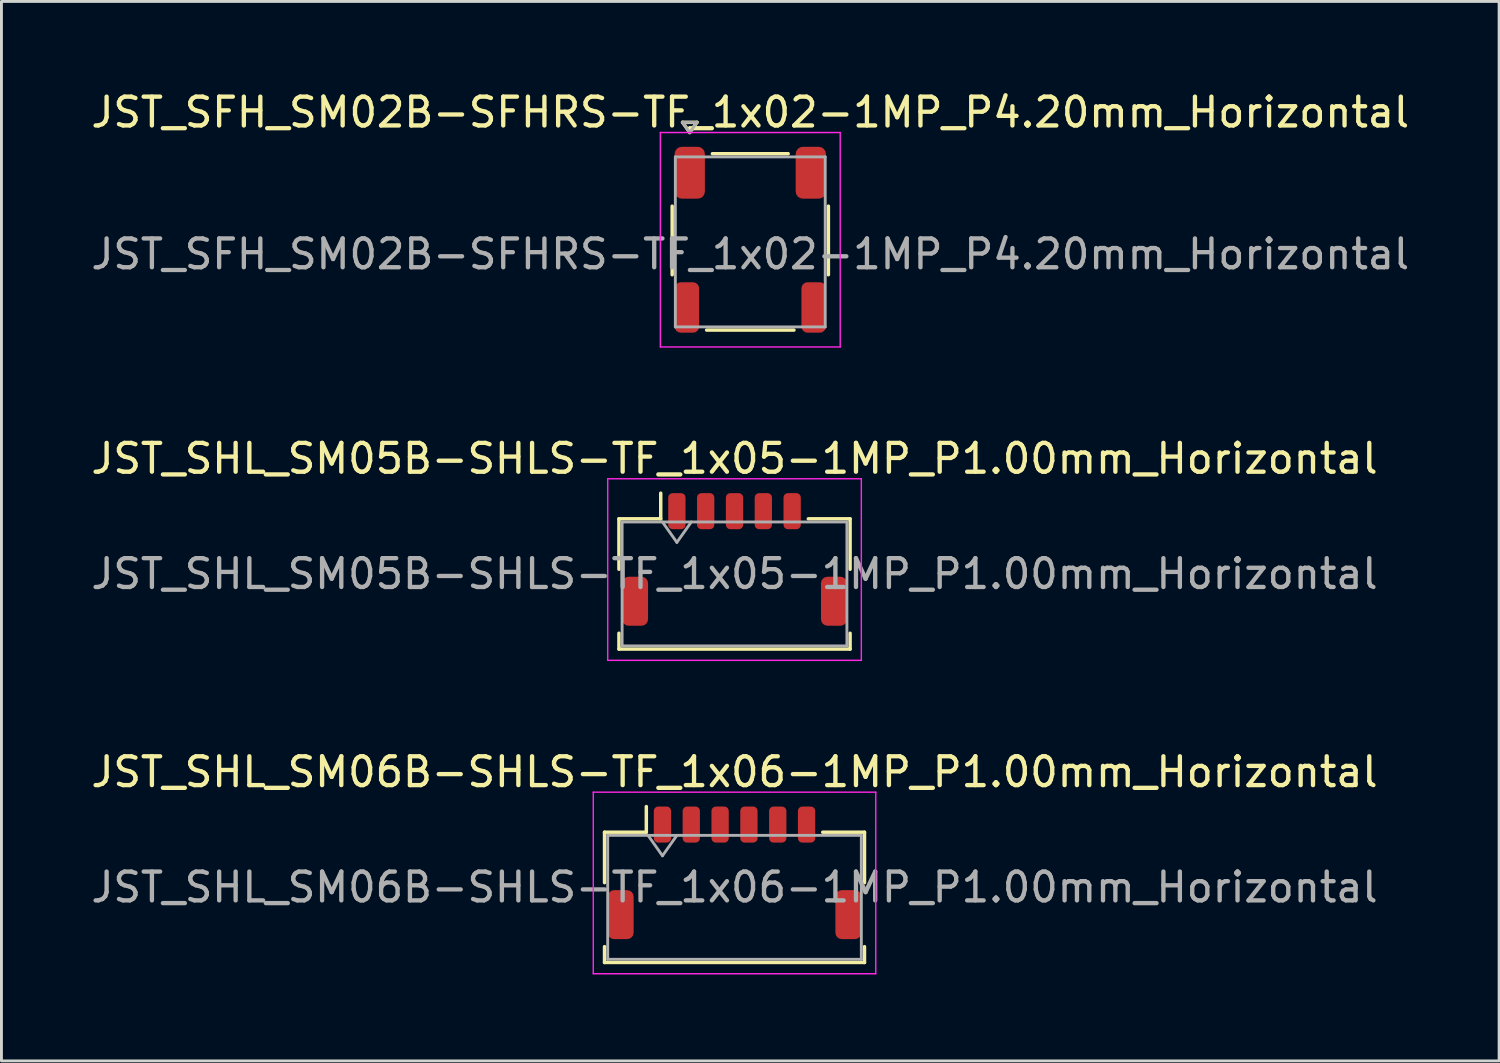
<source format=kicad_pcb>
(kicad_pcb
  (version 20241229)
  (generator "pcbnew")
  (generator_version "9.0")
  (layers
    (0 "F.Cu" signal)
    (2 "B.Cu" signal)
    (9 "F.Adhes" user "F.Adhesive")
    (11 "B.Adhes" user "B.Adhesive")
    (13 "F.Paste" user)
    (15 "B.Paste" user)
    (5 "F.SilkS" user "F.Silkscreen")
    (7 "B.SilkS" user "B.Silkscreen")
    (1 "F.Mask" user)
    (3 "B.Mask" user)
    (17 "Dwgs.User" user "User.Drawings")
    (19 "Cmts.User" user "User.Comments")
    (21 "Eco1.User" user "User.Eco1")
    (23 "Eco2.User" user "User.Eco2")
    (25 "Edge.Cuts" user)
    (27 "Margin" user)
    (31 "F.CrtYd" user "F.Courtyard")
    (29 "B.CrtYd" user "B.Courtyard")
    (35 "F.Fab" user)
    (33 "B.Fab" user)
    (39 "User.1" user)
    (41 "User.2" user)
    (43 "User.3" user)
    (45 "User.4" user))
  (footprint "JST_SHL_SM06B-SHLS-TF_1x06-1MP_P1.00mm_Horizontal"
    (layer "F.Cu")
    (at 22.435 27.235)
    (property "Reference" "JST_SHL_SM06B-SHLS-TF_1x06-1MP_P1.00mm_Horizontal" (at 0 -3.5 0) (layer "F.SilkS") (effects (font (size 1 1) (thickness 0.15))))
    (attr smd)
    (fp_line (start -4.51 -1.41) (end -3.06 -1.41) (stroke (width 0.12) (type solid)) (layer "F.SilkS"))
    (fp_line (start -4.51 0.34) (end -4.51 -1.41) (stroke (width 0.12) (type solid)) (layer "F.SilkS"))
    (fp_line (start -4.51 2.56) (end -4.51 3.11) (stroke (width 0.12) (type solid)) (layer "F.SilkS"))
    (fp_line (start -4.51 3.11) (end 4.51 3.11) (stroke (width 0.12) (type solid)) (layer "F.SilkS"))
    (fp_line (start -3.06 -1.41) (end -3.06 -2.3) (stroke (width 0.12) (type solid)) (layer "F.SilkS"))
    (fp_line (start 4.51 -1.41) (end 3.06 -1.41) (stroke (width 0.12) (type solid)) (layer "F.SilkS"))
    (fp_line (start 4.51 0.34) (end 4.51 -1.41) (stroke (width 0.12) (type solid)) (layer "F.SilkS"))
    (fp_line (start 4.51 3.11) (end 4.51 2.56) (stroke (width 0.12) (type solid)) (layer "F.SilkS"))
    (fp_line (start -4.9 -2.8) (end -4.9 3.5) (stroke (width 0.05) (type solid)) (layer "F.CrtYd"))
    (fp_line (start -4.9 3.5) (end 4.9 3.5) (stroke (width 0.05) (type solid)) (layer "F.CrtYd"))
    (fp_line (start 4.9 -2.8) (end -4.9 -2.8) (stroke (width 0.05) (type solid)) (layer "F.CrtYd"))
    (fp_line (start 4.9 3.5) (end 4.9 -2.8) (stroke (width 0.05) (type solid)) (layer "F.CrtYd"))
    (fp_line (start -4.4 -1.3) (end -4.4 3) (stroke (width 0.1) (type solid)) (layer "F.Fab"))
    (fp_line (start -4.4 -1.3) (end 4.4 -1.3) (stroke (width 0.1) (type solid)) (layer "F.Fab"))
    (fp_line (start -4.4 3) (end 4.4 3) (stroke (width 0.1) (type solid)) (layer "F.Fab"))
    (fp_line (start -3 -1.3) (end -2.5 -0.593) (stroke (width 0.1) (type solid)) (layer "F.Fab"))
    (fp_line (start -2.5 -0.593) (end -2 -1.3) (stroke (width 0.1) (type solid)) (layer "F.Fab"))
    (fp_line (start 4.4 -1.3) (end 4.4 3) (stroke (width 0.1) (type solid)) (layer "F.Fab"))
    (fp_text user "${REFERENCE}" (at 0 0.5 0) (layer "F.Fab") (effects (font (size 1 1) (thickness 0.15))))
    (pad "1" smd roundrect (at -2.5 -1.675) (size 0.6 1.25) (layers "F.Cu" "F.Mask" "F.Paste") (roundrect_rratio 0.25))
    (pad "2" smd roundrect (at -1.5 -1.675) (size 0.6 1.25) (layers "F.Cu" "F.Mask" "F.Paste") (roundrect_rratio 0.25))
    (pad "3" smd roundrect (at -0.5 -1.675) (size 0.6 1.25) (layers "F.Cu" "F.Mask" "F.Paste") (roundrect_rratio 0.25))
    (pad "4" smd roundrect (at 0.5 -1.675) (size 0.6 1.25) (layers "F.Cu" "F.Mask" "F.Paste") (roundrect_rratio 0.25))
    (pad "5" smd roundrect (at 1.5 -1.675) (size 0.6 1.25) (layers "F.Cu" "F.Mask" "F.Paste") (roundrect_rratio 0.25))
    (pad "6" smd roundrect (at 2.5 -1.675) (size 0.6 1.25) (layers "F.Cu" "F.Mask" "F.Paste") (roundrect_rratio 0.25))
    (pad "MP" smd roundrect (at -3.95 1.45) (size 0.9 1.7) (layers "F.Cu" "F.Mask" "F.Paste") (roundrect_rratio 0.25))
    (pad "MP" smd roundrect (at 3.95 1.45) (size 0.9 1.7) (layers "F.Cu" "F.Mask" "F.Paste") (roundrect_rratio 0.25)))
  (footprint "JST_SHL_SM05B-SHLS-TF_1x05-1MP_P1.00mm_Horizontal"
    (layer "F.Cu")
    (at 22.435 16.361)
    (property "Reference" "JST_SHL_SM05B-SHLS-TF_1x05-1MP_P1.00mm_Horizontal" (at 0 -3.5 0) (layer "F.SilkS") (effects (font (size 1 1) (thickness 0.15))))
    (attr smd)
    (fp_line (start -4.01 -1.41) (end -2.56 -1.41) (stroke (width 0.12) (type solid)) (layer "F.SilkS"))
    (fp_line (start -4.01 0.34) (end -4.01 -1.41) (stroke (width 0.12) (type solid)) (layer "F.SilkS"))
    (fp_line (start -4.01 2.56) (end -4.01 3.11) (stroke (width 0.12) (type solid)) (layer "F.SilkS"))
    (fp_line (start -4.01 3.11) (end 4.01 3.11) (stroke (width 0.12) (type solid)) (layer "F.SilkS"))
    (fp_line (start -2.56 -1.41) (end -2.56 -2.3) (stroke (width 0.12) (type solid)) (layer "F.SilkS"))
    (fp_line (start 4.01 -1.41) (end 2.56 -1.41) (stroke (width 0.12) (type solid)) (layer "F.SilkS"))
    (fp_line (start 4.01 0.34) (end 4.01 -1.41) (stroke (width 0.12) (type solid)) (layer "F.SilkS"))
    (fp_line (start 4.01 3.11) (end 4.01 2.56) (stroke (width 0.12) (type solid)) (layer "F.SilkS"))
    (fp_line (start -4.4 -2.8) (end -4.4 3.5) (stroke (width 0.05) (type solid)) (layer "F.CrtYd"))
    (fp_line (start -4.4 3.5) (end 4.4 3.5) (stroke (width 0.05) (type solid)) (layer "F.CrtYd"))
    (fp_line (start 4.4 -2.8) (end -4.4 -2.8) (stroke (width 0.05) (type solid)) (layer "F.CrtYd"))
    (fp_line (start 4.4 3.5) (end 4.4 -2.8) (stroke (width 0.05) (type solid)) (layer "F.CrtYd"))
    (fp_line (start -3.9 -1.3) (end -3.9 3) (stroke (width 0.1) (type solid)) (layer "F.Fab"))
    (fp_line (start -3.9 -1.3) (end 3.9 -1.3) (stroke (width 0.1) (type solid)) (layer "F.Fab"))
    (fp_line (start -3.9 3) (end 3.9 3) (stroke (width 0.1) (type solid)) (layer "F.Fab"))
    (fp_line (start -2.5 -1.3) (end -2 -0.593) (stroke (width 0.1) (type solid)) (layer "F.Fab"))
    (fp_line (start -2 -0.593) (end -1.5 -1.3) (stroke (width 0.1) (type solid)) (layer "F.Fab"))
    (fp_line (start 3.9 -1.3) (end 3.9 3) (stroke (width 0.1) (type solid)) (layer "F.Fab"))
    (fp_text user "${REFERENCE}" (at 0 0.5 0) (layer "F.Fab") (effects (font (size 1 1) (thickness 0.15))))
    (pad "1" smd roundrect (at -2 -1.675) (size 0.6 1.25) (layers "F.Cu" "F.Mask" "F.Paste") (roundrect_rratio 0.25))
    (pad "2" smd roundrect (at -1 -1.675) (size 0.6 1.25) (layers "F.Cu" "F.Mask" "F.Paste") (roundrect_rratio 0.25))
    (pad "3" smd roundrect (at 0 -1.675) (size 0.6 1.25) (layers "F.Cu" "F.Mask" "F.Paste") (roundrect_rratio 0.25))
    (pad "4" smd roundrect (at 1 -1.675) (size 0.6 1.25) (layers "F.Cu" "F.Mask" "F.Paste") (roundrect_rratio 0.25))
    (pad "5" smd roundrect (at 2 -1.675) (size 0.6 1.25) (layers "F.Cu" "F.Mask" "F.Paste") (roundrect_rratio 0.25))
    (pad "MP" smd roundrect (at -3.45 1.45) (size 0.9 1.7) (layers "F.Cu" "F.Mask" "F.Paste") (roundrect_rratio 0.25))
    (pad "MP" smd roundrect (at 3.45 1.45) (size 0.9 1.7) (layers "F.Cu" "F.Mask" "F.Paste") (roundrect_rratio 0.25)))
  (footprint "JST_SFH_SM02B-SFHRS-TF_1x02-1MP_P4.20mm_Horizontal"
    (layer "F.Cu")
    (at 22.982 5.268)
    (property "Reference" "JST_SFH_SM02B-SFHRS-TF_1x02-1MP_P4.20mm_Horizontal" (at 0 -4.42 0) (layer "F.SilkS") (effects (font (size 1 1) (thickness 0.15))))
    (attr smd)
    (fp_line (start -2.71 -1.165) (end -2.71 1.215) (stroke (width 0.12) (type solid)) (layer "F.SilkS"))
    (fp_line (start -2.35 -4.074) (end -2.1 -3.72) (stroke (width 0.12) (type solid)) (layer "F.SilkS"))
    (fp_line (start -2.1 -3.72) (end -1.85 -4.074) (stroke (width 0.12) (type solid)) (layer "F.SilkS"))
    (fp_line (start -1.85 -4.074) (end -2.35 -4.074) (stroke (width 0.12) (type solid)) (layer "F.SilkS"))
    (fp_line (start -1.515 3.135) (end 1.515 3.135) (stroke (width 0.12) (type solid)) (layer "F.SilkS"))
    (fp_line (start -1.315 -2.985) (end 1.315 -2.985) (stroke (width 0.12) (type solid)) (layer "F.SilkS"))
    (fp_line (start 2.71 -1.165) (end 2.71 1.215) (stroke (width 0.12) (type solid)) (layer "F.SilkS"))
    (fp_line (start -3.12 -3.72) (end -3.12 3.72) (stroke (width 0.05) (type solid)) (layer "F.CrtYd"))
    (fp_line (start -3.12 3.72) (end 3.12 3.72) (stroke (width 0.05) (type solid)) (layer "F.CrtYd"))
    (fp_line (start 3.12 -3.72) (end -3.12 -3.72) (stroke (width 0.05) (type solid)) (layer "F.CrtYd"))
    (fp_line (start 3.12 3.72) (end 3.12 -3.72) (stroke (width 0.05) (type solid)) (layer "F.CrtYd"))
    (fp_line (start -2.6 -2.875) (end -2.6 3.025) (stroke (width 0.1) (type solid)) (layer "F.Fab"))
    (fp_line (start -2.6 -2.875) (end 2.6 -2.875) (stroke (width 0.1) (type solid)) (layer "F.Fab"))
    (fp_line (start -2.6 3.025) (end 2.6 3.025) (stroke (width 0.1) (type solid)) (layer "F.Fab"))
    (fp_line (start -2.35 -4.074) (end -2.1 -3.72) (stroke (width 0.1) (type solid)) (layer "F.Fab"))
    (fp_line (start -2.1 -3.72) (end -1.85 -4.074) (stroke (width 0.1) (type solid)) (layer "F.Fab"))
    (fp_line (start -1.85 -4.074) (end -2.35 -4.074) (stroke (width 0.1) (type solid)) (layer "F.Fab"))
    (fp_line (start 2.6 -2.875) (end 2.6 3.025) (stroke (width 0.1) (type solid)) (layer "F.Fab"))
    (fp_text user "${REFERENCE}" (at 0 0.5 0) (layer "F.Fab") (effects (font (size 1 1) (thickness 0.15))))
    (pad "1" smd roundrect (at -2.1 -2.325) (size 1.05 1.8) (layers "F.Cu" "F.Mask" "F.Paste") (roundrect_rratio 0.238))
    (pad "2" smd roundrect (at 2.1 -2.325) (size 1.05 1.8) (layers "F.Cu" "F.Mask" "F.Paste") (roundrect_rratio 0.238))
    (pad "MP" smd roundrect (at -2.2 2.35) (size 0.85 1.75) (layers "F.Cu" "F.Mask" "F.Paste") (roundrect_rratio 0.25))
    (pad "MP" smd roundrect (at 2.2 2.35) (size 0.85 1.75) (layers "F.Cu" "F.Mask" "F.Paste") (roundrect_rratio 0.25)))
  (gr_rect
    (start -3 -3)
    (end 48.964 33.76)
    (stroke (width 0.1) (type default))
    (fill no)
    (layer "Edge.Cuts")))
</source>
